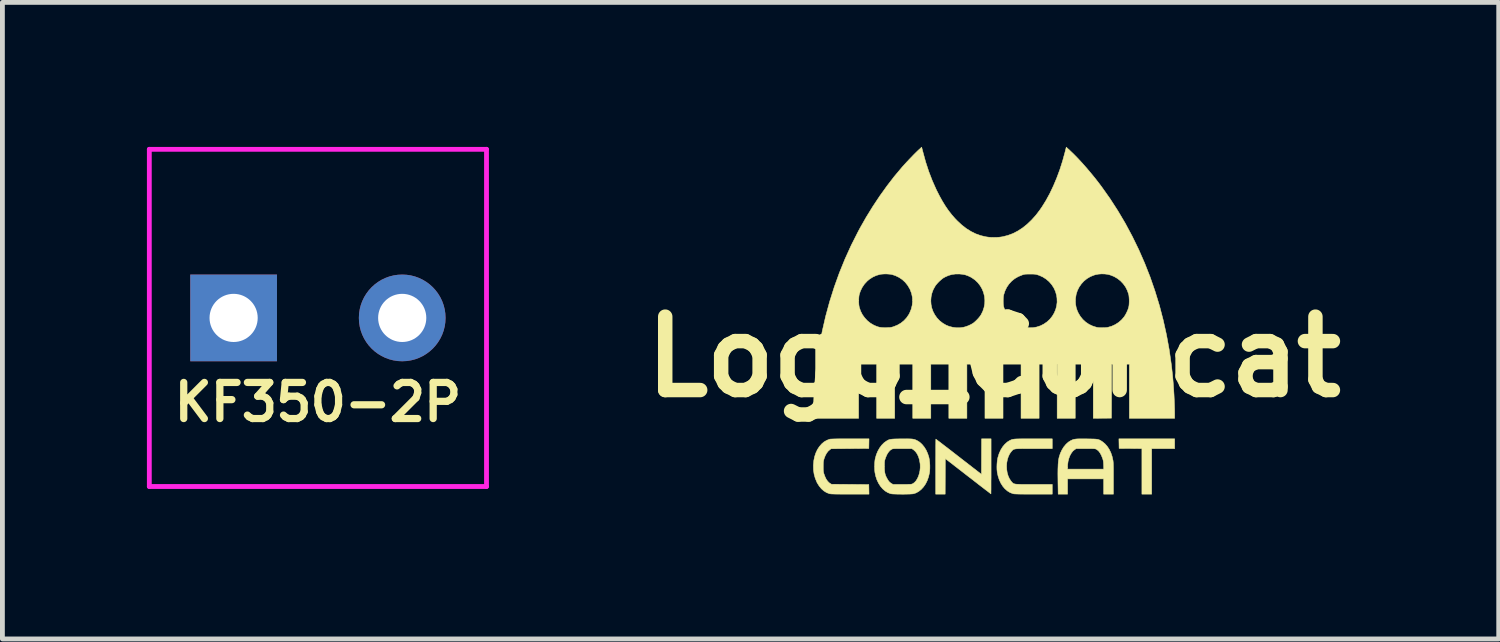
<source format=kicad_pcb>
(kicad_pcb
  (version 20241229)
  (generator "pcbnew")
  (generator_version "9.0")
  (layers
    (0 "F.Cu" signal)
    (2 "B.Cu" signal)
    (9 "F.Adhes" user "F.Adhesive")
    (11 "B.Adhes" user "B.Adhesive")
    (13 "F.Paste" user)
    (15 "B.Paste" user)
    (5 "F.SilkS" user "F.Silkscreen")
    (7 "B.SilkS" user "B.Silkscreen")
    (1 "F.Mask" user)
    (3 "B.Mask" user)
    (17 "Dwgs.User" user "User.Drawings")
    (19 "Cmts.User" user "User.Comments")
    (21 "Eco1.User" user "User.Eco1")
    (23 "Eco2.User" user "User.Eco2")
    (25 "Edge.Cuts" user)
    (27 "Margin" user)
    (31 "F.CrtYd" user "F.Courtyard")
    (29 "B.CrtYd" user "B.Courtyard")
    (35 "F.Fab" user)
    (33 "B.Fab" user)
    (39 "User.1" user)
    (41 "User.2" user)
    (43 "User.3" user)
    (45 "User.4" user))
  (footprint "KF350-2P"
    (layer "F.Cu")
    (at 3.55 3.55)
    (property "Reference" "KF350-2P" (at 0 1.75 0) (layer "F.SilkS") (effects (font (size 0.75 0.75) (thickness 0.15))))
    (attr through_hole)
    (fp_line (start -2.85 -0.9) (end -2.85 0.9) (stroke (width 0.1) (type solid)) (layer "B.Adhes"))
    (fp_line (start -2.65 1.1) (end -0.85 1.1) (stroke (width 0.1) (type solid)) (layer "B.Adhes"))
    (fp_line (start -0.85 -1.1) (end -2.65 -1.1) (stroke (width 0.1) (type solid)) (layer "B.Adhes"))
    (fp_line (start -0.65 0.9) (end -0.65 -0.9) (stroke (width 0.1) (type solid)) (layer "B.Adhes"))
    (fp_arc (start -2.85 -0.9) (mid -2.791421 -1.041421) (end -2.65 -1.1) (stroke (width 0.1) (type solid)) (layer "B.Adhes"))
    (fp_arc (start -2.65 1.1) (mid -2.791421 1.041421) (end -2.85 0.9) (stroke (width 0.1) (type solid)) (layer "B.Adhes"))
    (fp_arc (start -0.85 -1.1) (mid -0.708579 -1.041421) (end -0.65 -0.9) (stroke (width 0.1) (type solid)) (layer "B.Adhes"))
    (fp_arc (start -0.65 0.9) (mid -0.708579 1.041421) (end -0.85 1.1) (stroke (width 0.1) (type solid)) (layer "B.Adhes"))
    (fp_circle (center 1.75 0) (end 2.85 0) (stroke (width 0.1) (type solid)) (fill no) (layer "B.Adhes"))
    (fp_line (start -3.5 -3.5) (end 3.5 -3.5) (stroke (width 0.1) (type solid)) (layer "F.CrtYd"))
    (fp_line (start -3.5 3.5) (end -3.5 -3.5) (stroke (width 0.1) (type solid)) (layer "F.CrtYd"))
    (fp_line (start 3.5 -3.5) (end 3.5 3.5) (stroke (width 0.1) (type solid)) (layer "F.CrtYd"))
    (fp_line (start 3.5 3.5) (end -3.5 3.5) (stroke (width 0.1) (type solid)) (layer "F.CrtYd"))
    (pad "1" thru_hole rect (at -1.75 0) (size 1.8 1.8) (drill 1) (layers "*.Cu" "*.Mask"))
    (pad "2" thru_hole circle (at 1.75 0) (size 1.8 1.8) (drill 1) (layers "*.Cu" "*.Mask")))
  (footprint "Logo_Concat"
    (layer "F.Cu")
    (at 17.582 3.608)
    (property "Reference" "Logo_Concat" (at 0 0.75 0) (layer "F.SilkS") (effects (font (size 1.524 1.524) (thickness 0.3))))
    (attr through_hole)
    (fp_poly (pts (xy 3.754 2.655) (xy 3.277 2.655) (xy 3.277 3.601) (xy 3.074 3.601) (xy 3.074 2.655) (xy 2.838 2.653) (xy 2.601 2.652) (xy 2.599 2.552) (xy 2.597 2.452) (xy 3.754 2.452) (xy 3.754 2.655)) (stroke (width 0.01) (type solid)) (fill yes) (layer "F.SilkS"))
    (fp_poly (pts (xy -0.057 3.023) (xy -0.057 3.107) (xy -0.057 3.188) (xy -0.057 3.263) (xy -0.058 3.333) (xy -0.058 3.397) (xy -0.058 3.454) (xy -0.058 3.502) (xy -0.059 3.541) (xy -0.059 3.57) (xy -0.059 3.589) (xy -0.06 3.595) (xy -0.06 3.595) (xy -0.065 3.591) (xy -0.08 3.58) (xy -0.103 3.562) (xy -0.134 3.538) (xy -0.173 3.509) (xy -0.218 3.474) (xy -0.269 3.435) (xy -0.325 3.392) (xy -0.385 3.345) (xy -0.449 3.295) (xy -0.517 3.243) (xy -0.535 3.229) (xy -1.007 2.863) (xy -1.01 3.601) (xy -1.207 3.601) (xy -1.207 3.03) (xy -1.207 2.946) (xy -1.207 2.865) (xy -1.206 2.79) (xy -1.206 2.72) (xy -1.206 2.656) (xy -1.206 2.599) (xy -1.205 2.551) (xy -1.205 2.512) (xy -1.204 2.483) (xy -1.204 2.465) (xy -1.203 2.458) (xy -1.203 2.458) (xy -1.198 2.462) (xy -1.183 2.473) (xy -1.16 2.491) (xy -1.128 2.515) (xy -1.09 2.544) (xy -1.045 2.579) (xy -0.994 2.618) (xy -0.938 2.661) (xy -0.877 2.708) (xy -0.813 2.758) (xy -0.746 2.81) (xy -0.728 2.824) (xy -0.257 3.189) (xy -0.254 2.452) (xy -0.057 2.452) (xy -0.057 3.023)) (stroke (width 0.01) (type solid)) (fill yes) (layer "F.SilkS"))
    (fp_poly (pts (xy -2.593 2.552) (xy -2.595 2.652) (xy -2.986 2.655) (xy -3.377 2.658) (xy -3.404 2.677) (xy -3.44 2.709) (xy -3.473 2.752) (xy -3.501 2.805) (xy -3.524 2.866) (xy -3.526 2.874) (xy -3.532 2.896) (xy -3.536 2.917) (xy -3.539 2.939) (xy -3.54 2.966) (xy -3.541 3.002) (xy -3.541 3.027) (xy -3.541 3.068) (xy -3.54 3.099) (xy -3.538 3.124) (xy -3.535 3.146) (xy -3.53 3.166) (xy -3.527 3.178) (xy -3.506 3.235) (xy -3.482 3.286) (xy -3.453 3.329) (xy -3.421 3.362) (xy -3.4 3.377) (xy -3.37 3.395) (xy -2.982 3.398) (xy -2.595 3.401) (xy -2.593 3.501) (xy -2.591 3.601) (xy -2.983 3.601) (xy -3.068 3.601) (xy -3.14 3.601) (xy -3.201 3.6) (xy -3.253 3.6) (xy -3.295 3.599) (xy -3.33 3.598) (xy -3.357 3.597) (xy -3.378 3.596) (xy -3.394 3.594) (xy -3.405 3.593) (xy -3.409 3.592) (xy -3.471 3.569) (xy -3.528 3.534) (xy -3.58 3.488) (xy -3.626 3.432) (xy -3.667 3.367) (xy -3.674 3.352) (xy -3.708 3.27) (xy -3.731 3.187) (xy -3.744 3.099) (xy -3.746 3.006) (xy -3.745 2.988) (xy -3.737 2.902) (xy -3.72 2.82) (xy -3.695 2.745) (xy -3.662 2.675) (xy -3.622 2.614) (xy -3.576 2.56) (xy -3.525 2.516) (xy -3.468 2.483) (xy -3.408 2.46) (xy -3.398 2.458) (xy -3.384 2.457) (xy -3.363 2.456) (xy -3.337 2.455) (xy -3.302 2.454) (xy -3.26 2.453) (xy -3.208 2.452) (xy -3.146 2.452) (xy -3.073 2.452) (xy -2.988 2.452) (xy -2.983 2.452) (xy -2.591 2.452) (xy -2.593 2.552)) (stroke (width 0.01) (type solid)) (fill yes) (layer "F.SilkS"))
    (fp_poly (pts (xy 1.213 2.655) (xy 0.831 2.655) (xy 0.749 2.655) (xy 0.678 2.655) (xy 0.618 2.655) (xy 0.567 2.656) (xy 0.526 2.656) (xy 0.492 2.658) (xy 0.464 2.66) (xy 0.443 2.663) (xy 0.426 2.667) (xy 0.412 2.671) (xy 0.401 2.678) (xy 0.392 2.685) (xy 0.383 2.694) (xy 0.374 2.704) (xy 0.365 2.714) (xy 0.33 2.762) (xy 0.302 2.819) (xy 0.282 2.882) (xy 0.269 2.949) (xy 0.265 3.018) (xy 0.268 3.088) (xy 0.278 3.155) (xy 0.297 3.22) (xy 0.323 3.278) (xy 0.357 3.329) (xy 0.365 3.339) (xy 0.375 3.351) (xy 0.384 3.361) (xy 0.393 3.369) (xy 0.402 3.377) (xy 0.414 3.382) (xy 0.428 3.387) (xy 0.446 3.391) (xy 0.469 3.394) (xy 0.497 3.395) (xy 0.533 3.397) (xy 0.576 3.398) (xy 0.628 3.398) (xy 0.69 3.398) (xy 0.763 3.398) (xy 0.831 3.398) (xy 1.213 3.398) (xy 1.213 3.601) (xy 0.824 3.601) (xy 0.741 3.601) (xy 0.67 3.601) (xy 0.609 3.6) (xy 0.558 3.6) (xy 0.516 3.599) (xy 0.483 3.598) (xy 0.456 3.597) (xy 0.435 3.596) (xy 0.419 3.595) (xy 0.407 3.593) (xy 0.4 3.591) (xy 0.339 3.569) (xy 0.283 3.535) (xy 0.231 3.49) (xy 0.186 3.437) (xy 0.146 3.374) (xy 0.113 3.303) (xy 0.088 3.226) (xy 0.07 3.142) (xy 0.07 3.138) (xy 0.065 3.089) (xy 0.064 3.033) (xy 0.066 2.974) (xy 0.071 2.916) (xy 0.079 2.864) (xy 0.085 2.837) (xy 0.11 2.757) (xy 0.143 2.684) (xy 0.183 2.619) (xy 0.229 2.564) (xy 0.279 2.519) (xy 0.318 2.494) (xy 0.333 2.486) (xy 0.347 2.479) (xy 0.36 2.473) (xy 0.374 2.468) (xy 0.391 2.463) (xy 0.41 2.46) (xy 0.433 2.457) (xy 0.461 2.455) (xy 0.494 2.454) (xy 0.535 2.453) (xy 0.585 2.452) (xy 0.643 2.452) (xy 0.711 2.452) (xy 0.791 2.452) (xy 1.213 2.452) (xy 1.213 2.655)) (stroke (width 0.01) (type solid)) (fill yes) (layer "F.SilkS"))
    (fp_poly (pts (xy 1.859 2.453) (xy 1.923 2.453) (xy 1.925 2.453) (xy 1.988 2.454) (xy 2.039 2.455) (xy 2.081 2.456) (xy 2.115 2.458) (xy 2.143 2.461) (xy 2.165 2.466) (xy 2.185 2.472) (xy 2.203 2.48) (xy 2.221 2.49) (xy 2.241 2.503) (xy 2.255 2.512) (xy 2.307 2.555) (xy 2.354 2.608) (xy 2.395 2.67) (xy 2.429 2.739) (xy 2.455 2.815) (xy 2.473 2.895) (xy 2.474 2.897) (xy 2.476 2.913) (xy 2.478 2.933) (xy 2.48 2.957) (xy 2.481 2.986) (xy 2.482 3.022) (xy 2.483 3.066) (xy 2.483 3.118) (xy 2.483 3.181) (xy 2.483 3.255) (xy 2.483 3.279) (xy 2.483 3.601) (xy 2.28 3.601) (xy 2.28 3.284) (xy 1.531 3.284) (xy 1.531 3.601) (xy 1.336 3.601) (xy 1.332 3.362) (xy 1.331 3.264) (xy 1.33 3.177) (xy 1.331 3.102) (xy 1.331 3.081) (xy 1.531 3.081) (xy 2.282 3.081) (xy 2.279 2.996) (xy 2.277 2.959) (xy 2.275 2.93) (xy 2.271 2.905) (xy 2.265 2.881) (xy 2.256 2.854) (xy 2.256 2.853) (xy 2.231 2.792) (xy 2.203 2.742) (xy 2.172 2.702) (xy 2.137 2.674) (xy 2.126 2.668) (xy 2.117 2.664) (xy 2.108 2.661) (xy 2.098 2.659) (xy 2.083 2.658) (xy 2.064 2.656) (xy 2.038 2.656) (xy 2.003 2.655) (xy 1.96 2.655) (xy 1.905 2.655) (xy 1.711 2.655) (xy 1.683 2.673) (xy 1.644 2.704) (xy 1.611 2.746) (xy 1.582 2.797) (xy 1.559 2.856) (xy 1.542 2.92) (xy 1.533 2.989) (xy 1.531 3.041) (xy 1.531 3.081) (xy 1.331 3.081) (xy 1.333 3.036) (xy 1.335 2.979) (xy 1.339 2.931) (xy 1.344 2.889) (xy 1.351 2.853) (xy 1.356 2.83) (xy 1.381 2.753) (xy 1.414 2.682) (xy 1.453 2.619) (xy 1.499 2.564) (xy 1.549 2.519) (xy 1.601 2.487) (xy 1.621 2.478) (xy 1.639 2.47) (xy 1.657 2.464) (xy 1.677 2.46) (xy 1.7 2.457) (xy 1.729 2.454) (xy 1.764 2.453) (xy 1.807 2.453) (xy 1.859 2.453)) (stroke (width 0.01) (type solid)) (fill yes) (layer "F.SilkS"))
    (fp_poly (pts (xy -1.759 2.453) (xy -1.724 2.454) (xy -1.695 2.456) (xy -1.671 2.46) (xy -1.651 2.464) (xy -1.633 2.47) (xy -1.615 2.478) (xy -1.596 2.487) (xy -1.595 2.487) (xy -1.54 2.521) (xy -1.49 2.567) (xy -1.445 2.622) (xy -1.405 2.686) (xy -1.373 2.758) (xy -1.349 2.83) (xy -1.339 2.88) (xy -1.332 2.938) (xy -1.328 3.001) (xy -1.328 3.063) (xy -1.331 3.122) (xy -1.336 3.159) (xy -1.355 3.241) (xy -1.382 3.318) (xy -1.416 3.387) (xy -1.458 3.448) (xy -1.505 3.5) (xy -1.558 3.543) (xy -1.615 3.575) (xy -1.665 3.592) (xy -1.683 3.595) (xy -1.711 3.597) (xy -1.748 3.599) (xy -1.791 3.6) (xy -1.839 3.601) (xy -1.89 3.602) (xy -1.941 3.601) (xy -1.991 3.601) (xy -2.036 3.599) (xy -2.077 3.598) (xy -2.109 3.596) (xy -2.132 3.593) (xy -2.139 3.592) (xy -2.2 3.569) (xy -2.256 3.535) (xy -2.308 3.49) (xy -2.354 3.436) (xy -2.394 3.373) (xy -2.427 3.303) (xy -2.453 3.225) (xy -2.468 3.153) (xy -2.473 3.109) (xy -2.475 3.057) (xy -2.475 3.023) (xy -2.271 3.023) (xy -2.27 3.077) (xy -2.267 3.121) (xy -2.262 3.158) (xy -2.254 3.192) (xy -2.242 3.225) (xy -2.225 3.26) (xy -2.219 3.271) (xy -2.195 3.312) (xy -2.171 3.344) (xy -2.144 3.367) (xy -2.126 3.379) (xy -2.093 3.398) (xy -1.903 3.398) (xy -1.848 3.398) (xy -1.805 3.398) (xy -1.771 3.397) (xy -1.746 3.397) (xy -1.726 3.395) (xy -1.712 3.394) (xy -1.702 3.391) (xy -1.693 3.388) (xy -1.685 3.385) (xy -1.65 3.361) (xy -1.617 3.326) (xy -1.589 3.282) (xy -1.565 3.231) (xy -1.547 3.174) (xy -1.534 3.114) (xy -1.528 3.05) (xy -1.529 2.986) (xy -1.531 2.964) (xy -1.544 2.889) (xy -1.564 2.823) (xy -1.591 2.766) (xy -1.625 2.718) (xy -1.665 2.681) (xy -1.676 2.673) (xy -1.705 2.655) (xy -1.898 2.655) (xy -1.953 2.655) (xy -1.997 2.655) (xy -2.031 2.656) (xy -2.057 2.656) (xy -2.077 2.658) (xy -2.091 2.659) (xy -2.102 2.661) (xy -2.111 2.664) (xy -2.119 2.668) (xy -2.155 2.692) (xy -2.187 2.728) (xy -2.217 2.775) (xy -2.243 2.834) (xy -2.25 2.853) (xy -2.257 2.875) (xy -2.263 2.893) (xy -2.266 2.91) (xy -2.269 2.928) (xy -2.27 2.951) (xy -2.27 2.981) (xy -2.271 3.021) (xy -2.271 3.023) (xy -2.475 3.023) (xy -2.475 3.002) (xy -2.473 2.947) (xy -2.468 2.896) (xy -2.461 2.858) (xy -2.439 2.781) (xy -2.409 2.709) (xy -2.372 2.643) (xy -2.329 2.585) (xy -2.281 2.536) (xy -2.25 2.513) (xy -2.228 2.498) (xy -2.209 2.486) (xy -2.191 2.477) (xy -2.172 2.469) (xy -2.151 2.464) (xy -2.126 2.46) (xy -2.095 2.457) (xy -2.057 2.455) (xy -2.011 2.454) (xy -1.955 2.453) (xy -1.919 2.453) (xy -1.855 2.453) (xy -1.802 2.452) (xy -1.759 2.453)) (stroke (width 0.01) (type solid)) (fill yes) (layer "F.SilkS"))
    (fp_poly (pts (xy 1.573 -3.54) (xy 1.656 -3.461) (xy 1.743 -3.372) (xy 1.833 -3.275) (xy 1.924 -3.172) (xy 2.016 -3.063) (xy 2.107 -2.952) (xy 2.195 -2.838) (xy 2.237 -2.782) (xy 2.412 -2.535) (xy 2.576 -2.281) (xy 2.731 -2.019) (xy 2.875 -1.75) (xy 3.009 -1.475) (xy 3.132 -1.194) (xy 3.245 -0.907) (xy 3.346 -0.615) (xy 3.437 -0.318) (xy 3.516 -0.015) (xy 3.584 0.291) (xy 3.641 0.601) (xy 3.686 0.915) (xy 3.709 1.118) (xy 3.718 1.217) (xy 3.727 1.323) (xy 3.734 1.431) (xy 3.741 1.539) (xy 3.746 1.646) (xy 3.75 1.747) (xy 3.753 1.841) (xy 3.754 1.926) (xy 3.754 1.926) (xy 3.754 2.026) (xy 2.814 2.026) (xy 2.814 0.902) (xy 2.445 0.902) (xy 2.444 1.462) (xy 2.442 2.023) (xy 2.064 2.026) (xy 2.064 0.902) (xy 1.69 0.902) (xy 1.69 2.026) (xy 1.315 2.026) (xy 1.315 0.902) (xy 0.94 0.902) (xy 0.94 2.026) (xy 0.565 2.026) (xy 0.565 0.902) (xy 0.191 0.902) (xy 0.191 2.026) (xy -0.184 2.026) (xy -0.184 0.902) (xy -0.559 0.902) (xy -0.559 2.026) (xy -0.934 2.026) (xy -0.934 0.902) (xy -1.308 0.902) (xy -1.308 2.026) (xy -1.683 2.026) (xy -1.683 0.902) (xy -2.058 0.902) (xy -2.058 2.026) (xy -2.433 2.026) (xy -2.433 0.902) (xy -2.807 0.902) (xy -2.807 2.026) (xy -3.749 2.026) (xy -3.745 1.831) (xy -3.732 1.5) (xy -3.707 1.173) (xy -3.671 0.85) (xy -3.622 0.531) (xy -3.562 0.217) (xy -3.491 -0.093) (xy -3.408 -0.398) (xy -3.4 -0.423) (xy -2.805 -0.423) (xy -2.804 -0.374) (xy -2.801 -0.328) (xy -2.795 -0.29) (xy -2.792 -0.276) (xy -2.765 -0.198) (xy -2.728 -0.125) (xy -2.68 -0.059) (xy -2.624 0.001) (xy -2.56 0.052) (xy -2.49 0.093) (xy -2.455 0.108) (xy -2.417 0.123) (xy -2.383 0.133) (xy -2.349 0.139) (xy -2.312 0.143) (xy -2.269 0.144) (xy -2.233 0.144) (xy -2.193 0.142) (xy -2.163 0.141) (xy -2.139 0.138) (xy -2.118 0.134) (xy -2.096 0.128) (xy -2.083 0.124) (xy -2.003 0.092) (xy -1.93 0.05) (xy -1.865 -0.002) (xy -1.81 -0.062) (xy -1.763 -0.131) (xy -1.747 -0.162) (xy -1.715 -0.24) (xy -1.695 -0.321) (xy -1.687 -0.402) (xy -1.688 -0.417) (xy -1.308 -0.417) (xy -1.303 -0.34) (xy -1.288 -0.265) (xy -1.262 -0.192) (xy -1.226 -0.123) (xy -1.18 -0.058) (xy -1.126 -0.000447) (xy -1.062 0.05) (xy -0.991 0.092) (xy -0.926 0.118) (xy -0.854 0.136) (xy -0.778 0.146) (xy -0.702 0.146) (xy -0.63 0.136) (xy -0.582 0.123) (xy -0.53 0.104) (xy -0.478 0.08) (xy -0.446 0.062) (xy -0.416 0.042) (xy -0.383 0.013) (xy -0.348 -0.021) (xy -0.315 -0.057) (xy -0.286 -0.093) (xy -0.265 -0.124) (xy -0.228 -0.199) (xy -0.203 -0.276) (xy -0.189 -0.354) (xy -0.187 -0.407) (xy 0.195 -0.407) (xy 0.196 -0.36) (xy 0.2 -0.317) (xy 0.205 -0.29) (xy 0.232 -0.207) (xy 0.269 -0.131) (xy 0.316 -0.062) (xy 0.372 -0.001) (xy 0.437 0.051) (xy 0.51 0.093) (xy 0.565 0.117) (xy 0.623 0.133) (xy 0.687 0.143) (xy 0.755 0.146) (xy 0.822 0.143) (xy 0.884 0.132) (xy 0.89 0.131) (xy 0.969 0.105) (xy 1.041 0.068) (xy 1.106 0.023) (xy 1.164 -0.031) (xy 1.213 -0.092) (xy 1.253 -0.159) (xy 1.284 -0.232) (xy 1.304 -0.308) (xy 1.314 -0.387) (xy 1.313 -0.413) (xy 1.694 -0.413) (xy 1.698 -0.341) (xy 1.71 -0.275) (xy 1.731 -0.211) (xy 1.753 -0.162) (xy 1.795 -0.091) (xy 1.847 -0.027) (xy 1.908 0.029) (xy 1.976 0.075) (xy 2.05 0.11) (xy 2.128 0.135) (xy 2.147 0.139) (xy 2.175 0.143) (xy 2.212 0.145) (xy 2.253 0.145) (xy 2.295 0.144) (xy 2.333 0.142) (xy 2.364 0.138) (xy 2.368 0.137) (xy 2.447 0.114) (xy 2.521 0.08) (xy 2.591 0.035) (xy 2.653 -0.019) (xy 2.706 -0.081) (xy 2.71 -0.087) (xy 2.734 -0.125) (xy 2.758 -0.171) (xy 2.78 -0.22) (xy 2.796 -0.266) (xy 2.798 -0.273) (xy 2.805 -0.305) (xy 2.809 -0.345) (xy 2.811 -0.391) (xy 2.811 -0.438) (xy 2.808 -0.484) (xy 2.804 -0.524) (xy 2.799 -0.549) (xy 2.771 -0.629) (xy 2.734 -0.702) (xy 2.686 -0.768) (xy 2.63 -0.827) (xy 2.566 -0.877) (xy 2.495 -0.918) (xy 2.419 -0.948) (xy 2.363 -0.963) (xy 2.303 -0.97) (xy 2.238 -0.972) (xy 2.172 -0.967) (xy 2.111 -0.955) (xy 2.083 -0.947) (xy 2.005 -0.916) (xy 1.934 -0.874) (xy 1.871 -0.823) (xy 1.817 -0.764) (xy 1.771 -0.698) (xy 1.735 -0.626) (xy 1.71 -0.549) (xy 1.697 -0.467) (xy 1.694 -0.413) (xy 1.313 -0.413) (xy 1.311 -0.468) (xy 1.303 -0.525) (xy 1.28 -0.606) (xy 1.246 -0.681) (xy 1.202 -0.749) (xy 1.148 -0.811) (xy 1.086 -0.864) (xy 1.017 -0.908) (xy 0.941 -0.942) (xy 0.904 -0.954) (xy 0.883 -0.96) (xy 0.863 -0.964) (xy 0.841 -0.966) (xy 0.815 -0.968) (xy 0.781 -0.968) (xy 0.749 -0.968) (xy 0.709 -0.968) (xy 0.679 -0.967) (xy 0.656 -0.966) (xy 0.637 -0.963) (xy 0.619 -0.959) (xy 0.599 -0.953) (xy 0.591 -0.95) (xy 0.509 -0.917) (xy 0.436 -0.875) (xy 0.371 -0.823) (xy 0.315 -0.762) (xy 0.268 -0.694) (xy 0.231 -0.617) (xy 0.205 -0.536) (xy 0.199 -0.5) (xy 0.196 -0.455) (xy 0.195 -0.407) (xy -0.187 -0.407) (xy -0.187 -0.433) (xy -0.195 -0.51) (xy -0.214 -0.586) (xy -0.243 -0.658) (xy -0.282 -0.726) (xy -0.33 -0.788) (xy -0.388 -0.844) (xy -0.455 -0.891) (xy -0.484 -0.908) (xy -0.54 -0.934) (xy -0.595 -0.953) (xy -0.652 -0.964) (xy -0.716 -0.97) (xy -0.721 -0.97) (xy -0.8 -0.969) (xy -0.871 -0.959) (xy -0.939 -0.94) (xy -1.007 -0.91) (xy -1.047 -0.888) (xy -1.072 -0.87) (xy -1.102 -0.845) (xy -1.135 -0.815) (xy -1.166 -0.783) (xy -1.193 -0.752) (xy -1.215 -0.724) (xy -1.216 -0.721) (xy -1.257 -0.648) (xy -1.285 -0.573) (xy -1.302 -0.495) (xy -1.308 -0.417) (xy -1.688 -0.417) (xy -1.691 -0.484) (xy -1.707 -0.564) (xy -1.736 -0.642) (xy -1.743 -0.657) (xy -1.787 -0.732) (xy -1.839 -0.797) (xy -1.899 -0.853) (xy -1.968 -0.899) (xy -2.044 -0.936) (xy -2.106 -0.956) (xy -2.141 -0.964) (xy -2.185 -0.968) (xy -2.233 -0.971) (xy -2.281 -0.97) (xy -2.326 -0.967) (xy -2.357 -0.963) (xy -2.438 -0.94) (xy -2.513 -0.906) (xy -2.583 -0.861) (xy -2.628 -0.823) (xy -2.685 -0.762) (xy -2.732 -0.693) (xy -2.769 -0.618) (xy -2.792 -0.549) (xy -2.799 -0.515) (xy -2.803 -0.471) (xy -2.805 -0.423) (xy -3.4 -0.423) (xy -3.313 -0.698) (xy -3.207 -0.993) (xy -3.089 -1.283) (xy -2.96 -1.567) (xy -2.819 -1.846) (xy -2.778 -1.923) (xy -2.649 -2.15) (xy -2.512 -2.372) (xy -2.368 -2.589) (xy -2.218 -2.798) (xy -2.064 -2.998) (xy -1.905 -3.187) (xy -1.893 -3.201) (xy -1.853 -3.245) (xy -1.809 -3.293) (xy -1.762 -3.343) (xy -1.714 -3.393) (xy -1.668 -3.441) (xy -1.625 -3.484) (xy -1.587 -3.521) (xy -1.568 -3.539) (xy -1.498 -3.603) (xy -1.47 -3.496) (xy -1.414 -3.291) (xy -1.35 -3.096) (xy -1.278 -2.909) (xy -1.198 -2.729) (xy -1.191 -2.714) (xy -1.129 -2.592) (xy -1.068 -2.482) (xy -1.006 -2.381) (xy -0.943 -2.289) (xy -0.876 -2.203) (xy -0.806 -2.123) (xy -0.756 -2.071) (xy -0.663 -1.985) (xy -0.569 -1.912) (xy -0.472 -1.852) (xy -0.373 -1.803) (xy -0.271 -1.767) (xy -0.165 -1.742) (xy -0.108 -1.734) (xy -0.058 -1.73) (xy -0.001 -1.729) (xy 0.059 -1.73) (xy 0.116 -1.734) (xy 0.168 -1.741) (xy 0.184 -1.744) (xy 0.291 -1.771) (xy 0.396 -1.81) (xy 0.497 -1.862) (xy 0.596 -1.926) (xy 0.691 -2.002) (xy 0.783 -2.09) (xy 0.873 -2.19) (xy 0.958 -2.302) (xy 1 -2.363) (xy 1.084 -2.498) (xy 1.163 -2.643) (xy 1.237 -2.799) (xy 1.306 -2.963) (xy 1.37 -3.135) (xy 1.427 -3.314) (xy 1.477 -3.496) (xy 1.504 -3.603) (xy 1.573 -3.54)) (stroke (width 0.01) (type solid)) (fill yes) (layer "F.SilkS")))
  (gr_rect
    (start -3 -3)
    (end 28.064 10.215)
    (stroke (width 0.1) (type default))
    (fill no)
    (layer "Edge.Cuts")))
</source>
